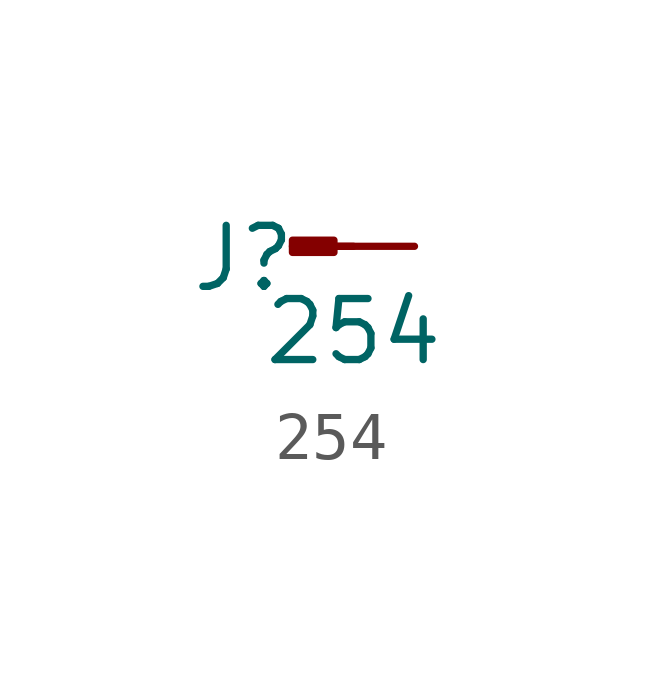
<source format=kicad_sym>
(kicad_symbol_lib
  (version 20231120)
  (generator "kicad_symbol_editor")
  (generator_version "8.0")
  (symbol "254"
    (pin_numbers hide)
    (pin_names
      (offset 0) hide)
    (property "Reference" "J"
      (at -1.016 2.286 0)
      (effects (font (size 1.27 1.27))))
    (property "Value" "254"
      (at 1.27 0.762 0)
      (effects (font (size 1.27 1.27))))
    (symbol "254_1_1"
      (polyline (pts (xy 1.27 2.54) (xy 0.864 2.54)) (stroke (width 0.152) (type default)) (fill (type none)))
      (rectangle (start 0.864 2.667) (end 0 2.413) (stroke (width 0.152) (type default)) (fill (type outline)))
      (pin passive line (at 2.54 2.54 180) (length 2.54) (name "GND" (effects (font (size 1.27 1.27)))) (number "1" (effects (font (size 1.27 1.27))))))))
</source>
